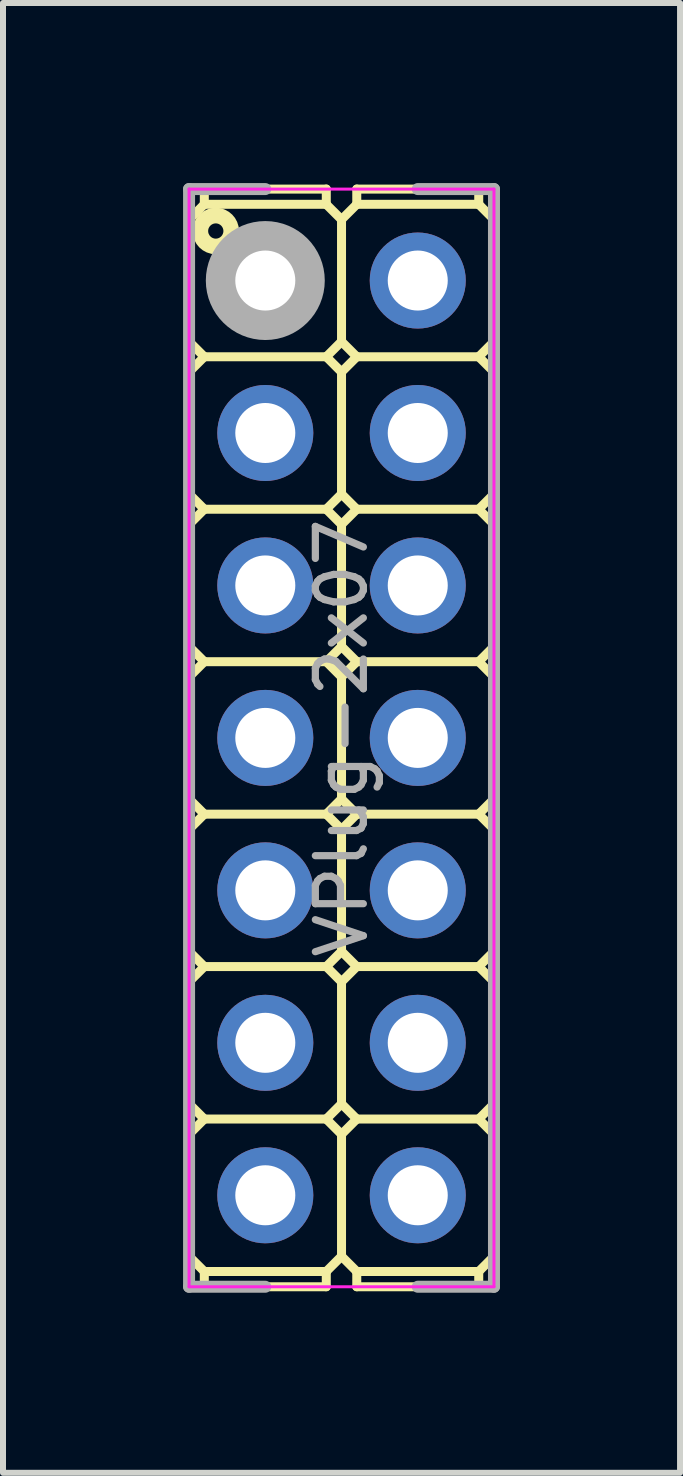
<source format=kicad_pcb>
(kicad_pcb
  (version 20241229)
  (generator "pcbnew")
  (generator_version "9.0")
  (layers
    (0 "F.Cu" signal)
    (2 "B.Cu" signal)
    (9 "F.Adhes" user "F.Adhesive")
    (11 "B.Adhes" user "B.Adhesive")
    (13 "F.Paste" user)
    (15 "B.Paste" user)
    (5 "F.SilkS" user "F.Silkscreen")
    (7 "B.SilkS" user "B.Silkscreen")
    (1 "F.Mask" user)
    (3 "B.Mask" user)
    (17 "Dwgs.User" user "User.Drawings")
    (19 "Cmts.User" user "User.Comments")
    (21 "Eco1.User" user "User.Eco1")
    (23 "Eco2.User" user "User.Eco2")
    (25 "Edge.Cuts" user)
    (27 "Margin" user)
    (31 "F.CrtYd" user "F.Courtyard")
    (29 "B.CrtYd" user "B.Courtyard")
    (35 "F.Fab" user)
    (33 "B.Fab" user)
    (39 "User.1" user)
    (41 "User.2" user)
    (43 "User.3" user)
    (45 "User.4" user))
  (footprint "VPlug-2x07"
    (layer "F.Cu")
    (at 2.64 9.244)
    (property "Reference" "VPlug-2x07" (at 0 0 270) (layer "F.Fab") (effects (font (size 0.8 0.8) (thickness 0.12))))
    (attr through_hole)
    (fp_line (start -2.54 -8.636) (end -2.54 -6.604) (stroke (width 0.15) (type solid)) (layer "F.SilkS"))
    (fp_line (start -2.54 -8.636) (end -2.286 -8.89) (stroke (width 0.15) (type solid)) (layer "F.SilkS"))
    (fp_line (start -2.54 -6.604) (end -2.286 -6.35) (stroke (width 0.15) (type solid)) (layer "F.SilkS"))
    (fp_line (start -2.54 -6.096) (end -2.54 -4.064) (stroke (width 0.15) (type solid)) (layer "F.SilkS"))
    (fp_line (start -2.54 -4.064) (end -2.286 -3.81) (stroke (width 0.15) (type solid)) (layer "F.SilkS"))
    (fp_line (start -2.54 -3.556) (end -2.54 -1.524) (stroke (width 0.15) (type solid)) (layer "F.SilkS"))
    (fp_line (start -2.54 -1.524) (end -2.286 -1.27) (stroke (width 0.15) (type solid)) (layer "F.SilkS"))
    (fp_line (start -2.54 -1.016) (end -2.54 1.016) (stroke (width 0.15) (type solid)) (layer "F.SilkS"))
    (fp_line (start -2.54 1.016) (end -2.286 1.27) (stroke (width 0.15) (type solid)) (layer "F.SilkS"))
    (fp_line (start -2.54 1.524) (end -2.54 3.556) (stroke (width 0.15) (type solid)) (layer "F.SilkS"))
    (fp_line (start -2.54 3.556) (end -2.286 3.81) (stroke (width 0.15) (type solid)) (layer "F.SilkS"))
    (fp_line (start -2.54 4.064) (end -2.54 6.096) (stroke (width 0.15) (type solid)) (layer "F.SilkS"))
    (fp_line (start -2.54 6.096) (end -2.286 6.35) (stroke (width 0.15) (type solid)) (layer "F.SilkS"))
    (fp_line (start -2.54 6.604) (end -2.54 8.636) (stroke (width 0.15) (type solid)) (layer "F.SilkS"))
    (fp_line (start -2.54 8.636) (end -2.286 8.89) (stroke (width 0.15) (type solid)) (layer "F.SilkS"))
    (fp_line (start -2.286 -9.144) (end -0.254 -9.144) (stroke (width 0.15) (type solid)) (layer "F.SilkS"))
    (fp_line (start -2.286 -8.89) (end -2.286 -9.144) (stroke (width 0.15) (type solid)) (layer "F.SilkS"))
    (fp_line (start -2.286 -8.89) (end -0.254 -8.89) (stroke (width 0.15) (type solid)) (layer "F.SilkS"))
    (fp_line (start -2.286 -6.35) (end -2.54 -6.096) (stroke (width 0.15) (type solid)) (layer "F.SilkS"))
    (fp_line (start -2.286 -3.81) (end -2.54 -3.556) (stroke (width 0.15) (type solid)) (layer "F.SilkS"))
    (fp_line (start -2.286 -3.81) (end -0.254 -3.81) (stroke (width 0.15) (type solid)) (layer "F.SilkS"))
    (fp_line (start -2.286 -1.27) (end -2.54 -1.016) (stroke (width 0.15) (type solid)) (layer "F.SilkS"))
    (fp_line (start -2.286 1.27) (end -2.54 1.524) (stroke (width 0.15) (type solid)) (layer "F.SilkS"))
    (fp_line (start -2.286 3.81) (end -2.54 4.064) (stroke (width 0.15) (type solid)) (layer "F.SilkS"))
    (fp_line (start -2.286 6.35) (end -2.54 6.604) (stroke (width 0.15) (type solid)) (layer "F.SilkS"))
    (fp_line (start -2.286 8.89) (end -2.286 9.144) (stroke (width 0.15) (type solid)) (layer "F.SilkS"))
    (fp_line (start -2.286 9.144) (end -0.254 9.144) (stroke (width 0.15) (type solid)) (layer "F.SilkS"))
    (fp_line (start -0.254 -9.144) (end -0.254 -8.89) (stroke (width 0.15) (type solid)) (layer "F.SilkS"))
    (fp_line (start -0.254 -8.89) (end 0 -8.636) (stroke (width 0.15) (type solid)) (layer "F.SilkS"))
    (fp_line (start -0.254 -6.35) (end -2.286 -6.35) (stroke (width 0.15) (type solid)) (layer "F.SilkS"))
    (fp_line (start -0.254 -3.81) (end 0 -4.064) (stroke (width 0.15) (type solid)) (layer "F.SilkS"))
    (fp_line (start -0.254 -1.27) (end -2.286 -1.27) (stroke (width 0.15) (type solid)) (layer "F.SilkS"))
    (fp_line (start -0.254 -1.27) (end 0 -1.524) (stroke (width 0.15) (type solid)) (layer "F.SilkS"))
    (fp_line (start -0.254 1.27) (end -2.286 1.27) (stroke (width 0.15) (type solid)) (layer "F.SilkS"))
    (fp_line (start -0.254 1.27) (end 0 1.016) (stroke (width 0.15) (type solid)) (layer "F.SilkS"))
    (fp_line (start -0.254 3.81) (end -2.286 3.81) (stroke (width 0.15) (type solid)) (layer "F.SilkS"))
    (fp_line (start -0.254 3.81) (end 0 3.556) (stroke (width 0.15) (type solid)) (layer "F.SilkS"))
    (fp_line (start -0.254 6.35) (end -2.286 6.35) (stroke (width 0.15) (type solid)) (layer "F.SilkS"))
    (fp_line (start -0.254 6.35) (end 0 6.096) (stroke (width 0.15) (type solid)) (layer "F.SilkS"))
    (fp_line (start -0.254 8.89) (end -2.286 8.89) (stroke (width 0.15) (type solid)) (layer "F.SilkS"))
    (fp_line (start -0.254 8.89) (end 0 8.636) (stroke (width 0.15) (type solid)) (layer "F.SilkS"))
    (fp_line (start -0.254 9.144) (end -0.254 8.89) (stroke (width 0.15) (type solid)) (layer "F.SilkS"))
    (fp_line (start 0 -8.636) (end 0 -6.604) (stroke (width 0.15) (type solid)) (layer "F.SilkS"))
    (fp_line (start 0 -8.636) (end 0.254 -8.89) (stroke (width 0.15) (type solid)) (layer "F.SilkS"))
    (fp_line (start 0 -6.604) (end -0.254 -6.35) (stroke (width 0.15) (type solid)) (layer "F.SilkS"))
    (fp_line (start 0 -6.604) (end 0.254 -6.35) (stroke (width 0.15) (type solid)) (layer "F.SilkS"))
    (fp_line (start 0 -6.096) (end -0.254 -6.35) (stroke (width 0.15) (type solid)) (layer "F.SilkS"))
    (fp_line (start 0 -4.064) (end 0 -6.096) (stroke (width 0.15) (type solid)) (layer "F.SilkS"))
    (fp_line (start 0 -4.064) (end 0.254 -3.81) (stroke (width 0.15) (type solid)) (layer "F.SilkS"))
    (fp_line (start 0 -3.556) (end -0.254 -3.81) (stroke (width 0.15) (type solid)) (layer "F.SilkS"))
    (fp_line (start 0 -1.524) (end 0 -3.556) (stroke (width 0.15) (type solid)) (layer "F.SilkS"))
    (fp_line (start 0 -1.524) (end 0.254 -1.27) (stroke (width 0.15) (type solid)) (layer "F.SilkS"))
    (fp_line (start 0 -1.016) (end -0.254 -1.27) (stroke (width 0.15) (type solid)) (layer "F.SilkS"))
    (fp_line (start 0 1.016) (end 0 -1.016) (stroke (width 0.15) (type solid)) (layer "F.SilkS"))
    (fp_line (start 0 1.016) (end 0.254 1.27) (stroke (width 0.15) (type solid)) (layer "F.SilkS"))
    (fp_line (start 0 1.524) (end -0.254 1.27) (stroke (width 0.15) (type solid)) (layer "F.SilkS"))
    (fp_line (start 0 3.556) (end 0 1.524) (stroke (width 0.15) (type solid)) (layer "F.SilkS"))
    (fp_line (start 0 3.556) (end 0.254 3.81) (stroke (width 0.15) (type solid)) (layer "F.SilkS"))
    (fp_line (start 0 4.064) (end -0.254 3.81) (stroke (width 0.15) (type solid)) (layer "F.SilkS"))
    (fp_line (start 0 6.096) (end 0 4.064) (stroke (width 0.15) (type solid)) (layer "F.SilkS"))
    (fp_line (start 0 6.096) (end 0.254 6.35) (stroke (width 0.15) (type solid)) (layer "F.SilkS"))
    (fp_line (start 0 6.604) (end -0.254 6.35) (stroke (width 0.15) (type solid)) (layer "F.SilkS"))
    (fp_line (start 0 8.636) (end 0 6.604) (stroke (width 0.15) (type solid)) (layer "F.SilkS"))
    (fp_line (start 0 8.636) (end 0.254 8.89) (stroke (width 0.15) (type solid)) (layer "F.SilkS"))
    (fp_line (start 0.254 -9.144) (end 2.286 -9.144) (stroke (width 0.15) (type solid)) (layer "F.SilkS"))
    (fp_line (start 0.254 -8.89) (end 0.254 -9.144) (stroke (width 0.15) (type solid)) (layer "F.SilkS"))
    (fp_line (start 0.254 -8.89) (end 2.286 -8.89) (stroke (width 0.15) (type solid)) (layer "F.SilkS"))
    (fp_line (start 0.254 -6.35) (end 0 -6.096) (stroke (width 0.15) (type solid)) (layer "F.SilkS"))
    (fp_line (start 0.254 -3.81) (end 0 -3.556) (stroke (width 0.15) (type solid)) (layer "F.SilkS"))
    (fp_line (start 0.254 -3.81) (end 2.286 -3.81) (stroke (width 0.15) (type solid)) (layer "F.SilkS"))
    (fp_line (start 0.254 -1.27) (end 0 -1.016) (stroke (width 0.15) (type solid)) (layer "F.SilkS"))
    (fp_line (start 0.254 1.27) (end 0 1.524) (stroke (width 0.15) (type solid)) (layer "F.SilkS"))
    (fp_line (start 0.254 3.81) (end 0 4.064) (stroke (width 0.15) (type solid)) (layer "F.SilkS"))
    (fp_line (start 0.254 6.35) (end 0 6.604) (stroke (width 0.15) (type solid)) (layer "F.SilkS"))
    (fp_line (start 0.254 8.89) (end 0.254 9.144) (stroke (width 0.15) (type solid)) (layer "F.SilkS"))
    (fp_line (start 0.254 9.144) (end 2.286 9.144) (stroke (width 0.15) (type solid)) (layer "F.SilkS"))
    (fp_line (start 2.286 -9.144) (end 2.286 -8.89) (stroke (width 0.15) (type solid)) (layer "F.SilkS"))
    (fp_line (start 2.286 -8.89) (end 2.54 -8.636) (stroke (width 0.15) (type solid)) (layer "F.SilkS"))
    (fp_line (start 2.286 -6.35) (end 0.254 -6.35) (stroke (width 0.15) (type solid)) (layer "F.SilkS"))
    (fp_line (start 2.286 -3.81) (end 2.54 -4.064) (stroke (width 0.15) (type solid)) (layer "F.SilkS"))
    (fp_line (start 2.286 -1.27) (end 0.254 -1.27) (stroke (width 0.15) (type solid)) (layer "F.SilkS"))
    (fp_line (start 2.286 -1.27) (end 2.54 -1.524) (stroke (width 0.15) (type solid)) (layer "F.SilkS"))
    (fp_line (start 2.286 1.27) (end 0.254 1.27) (stroke (width 0.15) (type solid)) (layer "F.SilkS"))
    (fp_line (start 2.286 1.27) (end 2.54 1.016) (stroke (width 0.15) (type solid)) (layer "F.SilkS"))
    (fp_line (start 2.286 3.81) (end 0.254 3.81) (stroke (width 0.15) (type solid)) (layer "F.SilkS"))
    (fp_line (start 2.286 3.81) (end 2.54 3.556) (stroke (width 0.15) (type solid)) (layer "F.SilkS"))
    (fp_line (start 2.286 6.35) (end 0.254 6.35) (stroke (width 0.15) (type solid)) (layer "F.SilkS"))
    (fp_line (start 2.286 6.35) (end 2.54 6.096) (stroke (width 0.15) (type solid)) (layer "F.SilkS"))
    (fp_line (start 2.286 8.89) (end 0.254 8.89) (stroke (width 0.15) (type solid)) (layer "F.SilkS"))
    (fp_line (start 2.286 8.89) (end 2.54 8.636) (stroke (width 0.15) (type solid)) (layer "F.SilkS"))
    (fp_line (start 2.286 9.144) (end 2.286 8.89) (stroke (width 0.15) (type solid)) (layer "F.SilkS"))
    (fp_line (start 2.54 -8.636) (end 2.54 -6.604) (stroke (width 0.15) (type solid)) (layer "F.SilkS"))
    (fp_line (start 2.54 -6.604) (end 2.286 -6.35) (stroke (width 0.15) (type solid)) (layer "F.SilkS"))
    (fp_line (start 2.54 -6.096) (end 2.286 -6.35) (stroke (width 0.15) (type solid)) (layer "F.SilkS"))
    (fp_line (start 2.54 -4.064) (end 2.54 -6.096) (stroke (width 0.15) (type solid)) (layer "F.SilkS"))
    (fp_line (start 2.54 -3.556) (end 2.286 -3.81) (stroke (width 0.15) (type solid)) (layer "F.SilkS"))
    (fp_line (start 2.54 -1.524) (end 2.54 -3.556) (stroke (width 0.15) (type solid)) (layer "F.SilkS"))
    (fp_line (start 2.54 -1.016) (end 2.286 -1.27) (stroke (width 0.15) (type solid)) (layer "F.SilkS"))
    (fp_line (start 2.54 1.016) (end 2.54 -1.016) (stroke (width 0.15) (type solid)) (layer "F.SilkS"))
    (fp_line (start 2.54 1.524) (end 2.286 1.27) (stroke (width 0.15) (type solid)) (layer "F.SilkS"))
    (fp_line (start 2.54 3.556) (end 2.54 1.524) (stroke (width 0.15) (type solid)) (layer "F.SilkS"))
    (fp_line (start 2.54 4.064) (end 2.286 3.81) (stroke (width 0.15) (type solid)) (layer "F.SilkS"))
    (fp_line (start 2.54 6.096) (end 2.54 4.064) (stroke (width 0.15) (type solid)) (layer "F.SilkS"))
    (fp_line (start 2.54 6.604) (end 2.286 6.35) (stroke (width 0.15) (type solid)) (layer "F.SilkS"))
    (fp_line (start 2.54 8.636) (end 2.54 6.604) (stroke (width 0.15) (type solid)) (layer "F.SilkS"))
    (fp_circle (center -2.095 -8.445) (end -1.968 -8.445) (stroke (width 0.26) (type solid)) (fill no) (layer "F.SilkS"))
    (fp_line (start -2.54 -9.144) (end 2.54 -9.144) (stroke (width 0.05) (type solid)) (layer "F.CrtYd"))
    (fp_line (start -2.54 9.144) (end -2.54 -9.144) (stroke (width 0.05) (type solid)) (layer "F.CrtYd"))
    (fp_line (start 2.54 -9.144) (end 2.54 9.144) (stroke (width 0.05) (type solid)) (layer "F.CrtYd"))
    (fp_line (start 2.54 9.144) (end -2.54 9.144) (stroke (width 0.05) (type solid)) (layer "F.CrtYd"))
    (fp_line (start -2.54 -9.144) (end -2.54 9.144) (stroke (width 0.2) (type solid)) (layer "F.Fab"))
    (fp_line (start -2.54 -9.144) (end -1.27 -9.144) (stroke (width 0.2) (type solid)) (layer "F.Fab"))
    (fp_line (start -2.54 9.144) (end -1.27 9.144) (stroke (width 0.2) (type solid)) (layer "F.Fab"))
    (fp_line (start 1.27 -9.144) (end 2.54 -9.144) (stroke (width 0.2) (type solid)) (layer "F.Fab"))
    (fp_line (start 1.27 9.144) (end 2.54 9.144) (stroke (width 0.2) (type solid)) (layer "F.Fab"))
    (fp_line (start 2.54 9.144) (end 2.54 -9.144) (stroke (width 0.2) (type solid)) (layer "F.Fab"))
    (fp_circle (center -1.27 -7.62) (end -1.27 -7.429) (stroke (width 0.8) (type solid)) (fill no) (layer "F.Fab"))
    (pad "1" thru_hole circle (at -1.27 -7.62) (size 1.6 1.6) (drill 1) (layers "*.Cu" "*.Mask"))
    (pad "2" thru_hole circle (at 1.27 -7.62) (size 1.6 1.6) (drill 1) (layers "*.Cu" "*.Mask"))
    (pad "3" thru_hole circle (at -1.27 -5.08) (size 1.6 1.6) (drill 1) (layers "*.Cu" "*.Mask"))
    (pad "4" thru_hole circle (at 1.27 -5.08) (size 1.6 1.6) (drill 1) (layers "*.Cu" "*.Mask"))
    (pad "5" thru_hole circle (at -1.27 -2.54) (size 1.6 1.6) (drill 1) (layers "*.Cu" "*.Mask"))
    (pad "6" thru_hole circle (at 1.27 -2.54) (size 1.6 1.6) (drill 1) (layers "*.Cu" "*.Mask"))
    (pad "7" thru_hole circle (at -1.27 0) (size 1.6 1.6) (drill 1) (layers "*.Cu" "*.Mask"))
    (pad "8" thru_hole circle (at 1.27 0) (size 1.6 1.6) (drill 1) (layers "*.Cu" "*.Mask"))
    (pad "9" thru_hole circle (at -1.27 2.54) (size 1.6 1.6) (drill 1) (layers "*.Cu" "*.Mask"))
    (pad "10" thru_hole circle (at 1.27 2.54) (size 1.6 1.6) (drill 1) (layers "*.Cu" "*.Mask"))
    (pad "11" thru_hole circle (at -1.27 5.08) (size 1.6 1.6) (drill 1) (layers "*.Cu" "*.Mask"))
    (pad "12" thru_hole circle (at 1.27 5.08) (size 1.6 1.6) (drill 1) (layers "*.Cu" "*.Mask"))
    (pad "13" thru_hole circle (at -1.27 7.62) (size 1.6 1.6) (drill 1) (layers "*.Cu" "*.Mask"))
    (pad "14" thru_hole circle (at 1.27 7.62) (size 1.6 1.6) (drill 1) (layers "*.Cu" "*.Mask")))
  (gr_rect
    (start -3 -3)
    (end 8.28 21.488)
    (stroke (width 0.1) (type default))
    (fill no)
    (layer "Edge.Cuts")))
</source>
